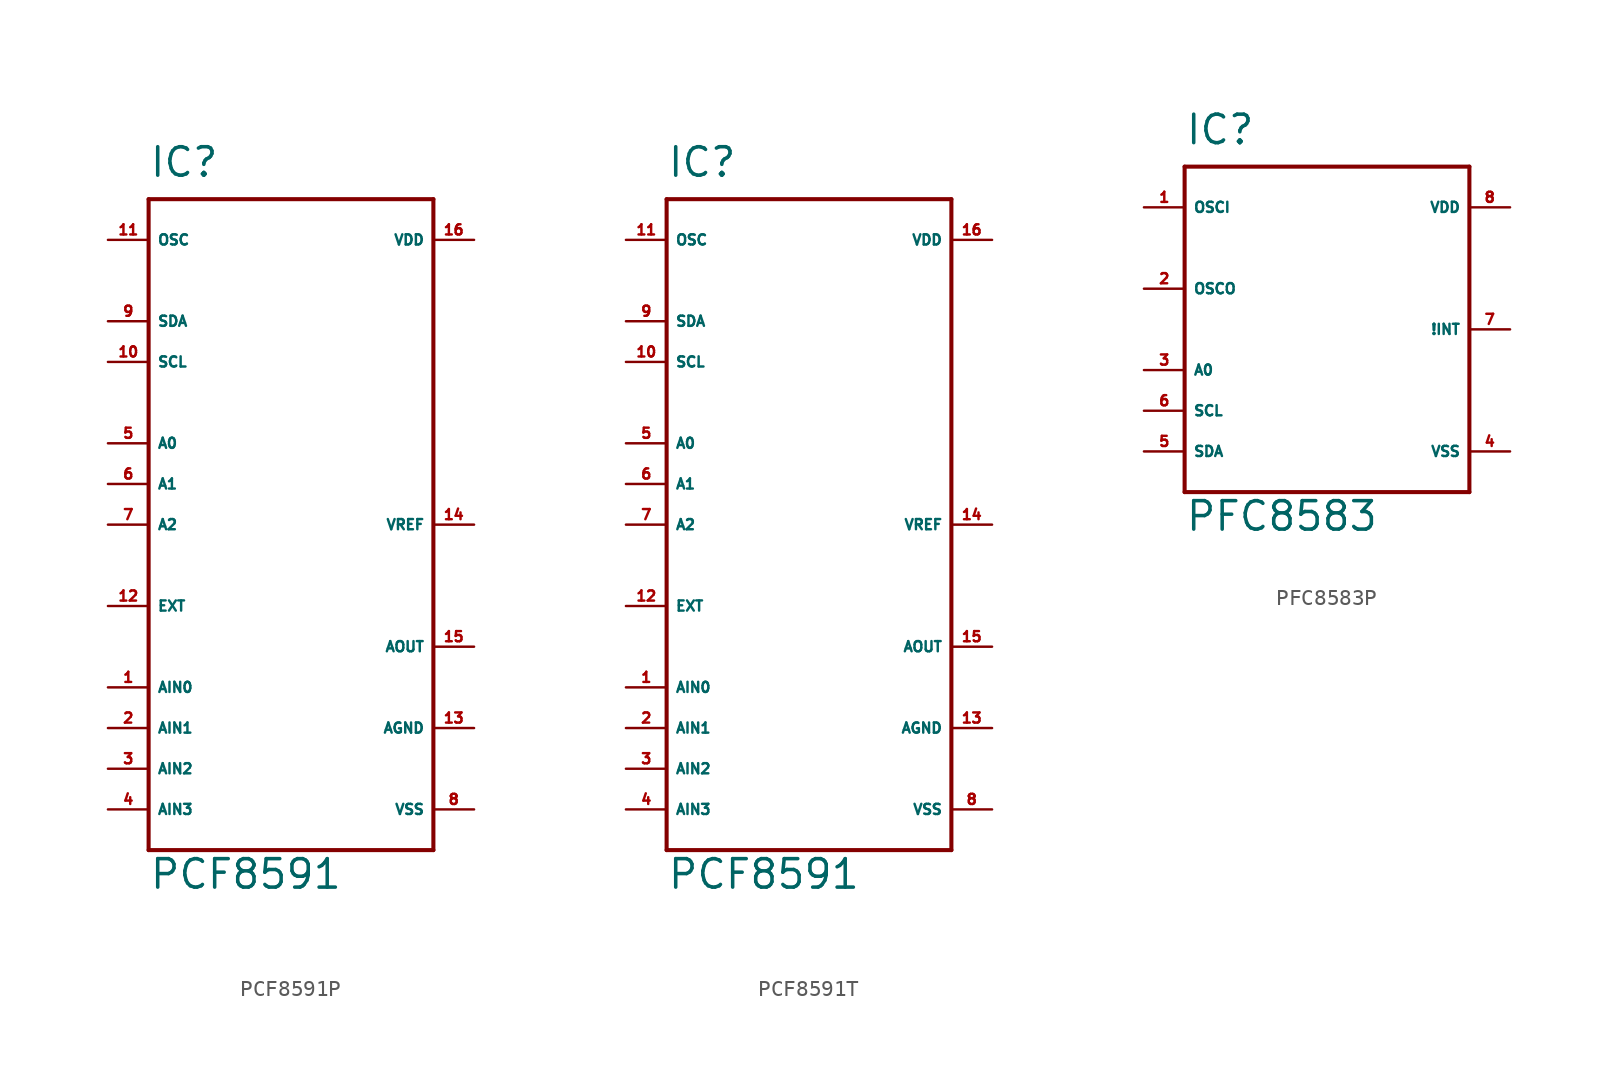
<source format=kicad_sym>
(kicad_symbol_lib
  (version 20220914)
  (generator Eagle2Kicad)
  (symbol "PCF8591P"
    (property "Reference" "IC"
      (at -10.16 21.59 0)
      (effects (font (size 1.778 1.778) (thickness 0.22)) (justify left bottom)))
    (property "Value" "PCF8591"
      (at -10.16 -22.86 0)
      (effects (font (size 1.778 1.778) (thickness 0.22)) (justify left bottom)))
    (polyline
      (pts (xy -10.16 20.32) (xy 7.62 20.32))
      (stroke (width 0.254) (type default))
      (fill (type none)))
    (polyline
      (pts (xy 7.62 20.32) (xy 7.62 -20.32))
      (stroke (width 0.254) (type default))
      (fill (type none)))
    (polyline
      (pts (xy 7.62 -20.32) (xy -10.16 -20.32))
      (stroke (width 0.254) (type default))
      (fill (type none)))
    (polyline
      (pts (xy -10.16 -20.32) (xy -10.16 20.32))
      (stroke (width 0.254) (type default))
      (fill (type none)))
    (pin input line
      (at -12.7 10.16 0)
      (length 2.54)
      (name "SCL" (effects (font (size 0.635 0.635) (thickness 0.08)) (justify left bottom)))
      (number "10" (effects (font (size 0.635 0.635) (thickness 0.08)) (justify left bottom))))
    (pin bidirectional line
      (at -12.7 12.7 0)
      (length 2.54)
      (name "SDA" (effects (font (size 0.635 0.635) (thickness 0.08)) (justify left bottom)))
      (number "9" (effects (font (size 0.635 0.635) (thickness 0.08)) (justify left bottom))))
    (pin input line
      (at -12.7 5.08 0)
      (length 2.54)
      (name "A0" (effects (font (size 0.635 0.635) (thickness 0.08)) (justify left bottom)))
      (number "5" (effects (font (size 0.635 0.635) (thickness 0.08)) (justify left bottom))))
    (pin input line
      (at -12.7 2.54 0)
      (length 2.54)
      (name "A1" (effects (font (size 0.635 0.635) (thickness 0.08)) (justify left bottom)))
      (number "6" (effects (font (size 0.635 0.635) (thickness 0.08)) (justify left bottom))))
    (pin input line
      (at -12.7 0 0)
      (length 2.54)
      (name "A2" (effects (font (size 0.635 0.635) (thickness 0.08)) (justify left bottom)))
      (number "7" (effects (font (size 0.635 0.635) (thickness 0.08)) (justify left bottom))))
    (pin input line
      (at -12.7 -5.08 0)
      (length 2.54)
      (name "EXT" (effects (font (size 0.635 0.635) (thickness 0.08)) (justify left bottom)))
      (number "12" (effects (font (size 0.635 0.635) (thickness 0.08)) (justify left bottom))))
    (pin input line
      (at -12.7 17.78 0)
      (length 2.54)
      (name "OSC" (effects (font (size 0.635 0.635) (thickness 0.08)) (justify left bottom)))
      (number "11" (effects (font (size 0.635 0.635) (thickness 0.08)) (justify left bottom))))
    (pin input line
      (at -12.7 -10.16 0)
      (length 2.54)
      (name "AIN0" (effects (font (size 0.635 0.635) (thickness 0.08)) (justify left bottom)))
      (number "1" (effects (font (size 0.635 0.635) (thickness 0.08)) (justify left bottom))))
    (pin input line
      (at -12.7 -12.7 0)
      (length 2.54)
      (name "AIN1" (effects (font (size 0.635 0.635) (thickness 0.08)) (justify left bottom)))
      (number "2" (effects (font (size 0.635 0.635) (thickness 0.08)) (justify left bottom))))
    (pin input line
      (at -12.7 -15.24 0)
      (length 2.54)
      (name "AIN2" (effects (font (size 0.635 0.635) (thickness 0.08)) (justify left bottom)))
      (number "3" (effects (font (size 0.635 0.635) (thickness 0.08)) (justify left bottom))))
    (pin input line
      (at -12.7 -17.78 0)
      (length 2.54)
      (name "AIN3" (effects (font (size 0.635 0.635) (thickness 0.08)) (justify left bottom)))
      (number "4" (effects (font (size 0.635 0.635) (thickness 0.08)) (justify left bottom))))
    (pin output line
      (at 10.16 -7.62 180)
      (length 2.54)
      (name "AOUT" (effects (font (size 0.635 0.635) (thickness 0.08)) (justify left bottom)))
      (number "15" (effects (font (size 0.635 0.635) (thickness 0.08)) (justify left bottom))))
    (pin input line
      (at 10.16 0 180)
      (length 2.54)
      (name "VREF" (effects (font (size 0.635 0.635) (thickness 0.08)) (justify left bottom)))
      (number "14" (effects (font (size 0.635 0.635) (thickness 0.08)) (justify left bottom))))
    (pin unspecified line
      (at 10.16 -12.7 180)
      (length 2.54)
      (name "AGND" (effects (font (size 0.635 0.635) (thickness 0.08)) (justify left bottom)))
      (number "13" (effects (font (size 0.635 0.635) (thickness 0.08)) (justify left bottom))))
    (pin unspecified line
      (at 10.16 -17.78 180)
      (length 2.54)
      (name "VSS" (effects (font (size 0.635 0.635) (thickness 0.08)) (justify left bottom)))
      (number "8" (effects (font (size 0.635 0.635) (thickness 0.08)) (justify left bottom))))
    (pin unspecified line
      (at 10.16 17.78 180)
      (length 2.54)
      (name "VDD" (effects (font (size 0.635 0.635) (thickness 0.08)) (justify left bottom)))
      (number "16" (effects (font (size 0.635 0.635) (thickness 0.08)) (justify left bottom)))))
  (symbol "PCF8591T"
    (property "Reference" "IC"
      (at -10.16 21.59 0)
      (effects (font (size 1.778 1.778) (thickness 0.22)) (justify left bottom)))
    (property "Value" "PCF8591"
      (at -10.16 -22.86 0)
      (effects (font (size 1.778 1.778) (thickness 0.22)) (justify left bottom)))
    (polyline
      (pts (xy -10.16 20.32) (xy 7.62 20.32))
      (stroke (width 0.254) (type default))
      (fill (type none)))
    (polyline
      (pts (xy 7.62 20.32) (xy 7.62 -20.32))
      (stroke (width 0.254) (type default))
      (fill (type none)))
    (polyline
      (pts (xy 7.62 -20.32) (xy -10.16 -20.32))
      (stroke (width 0.254) (type default))
      (fill (type none)))
    (polyline
      (pts (xy -10.16 -20.32) (xy -10.16 20.32))
      (stroke (width 0.254) (type default))
      (fill (type none)))
    (pin input line
      (at -12.7 10.16 0)
      (length 2.54)
      (name "SCL" (effects (font (size 0.635 0.635) (thickness 0.08)) (justify left bottom)))
      (number "10" (effects (font (size 0.635 0.635) (thickness 0.08)) (justify left bottom))))
    (pin bidirectional line
      (at -12.7 12.7 0)
      (length 2.54)
      (name "SDA" (effects (font (size 0.635 0.635) (thickness 0.08)) (justify left bottom)))
      (number "9" (effects (font (size 0.635 0.635) (thickness 0.08)) (justify left bottom))))
    (pin input line
      (at -12.7 5.08 0)
      (length 2.54)
      (name "A0" (effects (font (size 0.635 0.635) (thickness 0.08)) (justify left bottom)))
      (number "5" (effects (font (size 0.635 0.635) (thickness 0.08)) (justify left bottom))))
    (pin input line
      (at -12.7 2.54 0)
      (length 2.54)
      (name "A1" (effects (font (size 0.635 0.635) (thickness 0.08)) (justify left bottom)))
      (number "6" (effects (font (size 0.635 0.635) (thickness 0.08)) (justify left bottom))))
    (pin input line
      (at -12.7 0 0)
      (length 2.54)
      (name "A2" (effects (font (size 0.635 0.635) (thickness 0.08)) (justify left bottom)))
      (number "7" (effects (font (size 0.635 0.635) (thickness 0.08)) (justify left bottom))))
    (pin input line
      (at -12.7 -5.08 0)
      (length 2.54)
      (name "EXT" (effects (font (size 0.635 0.635) (thickness 0.08)) (justify left bottom)))
      (number "12" (effects (font (size 0.635 0.635) (thickness 0.08)) (justify left bottom))))
    (pin input line
      (at -12.7 17.78 0)
      (length 2.54)
      (name "OSC" (effects (font (size 0.635 0.635) (thickness 0.08)) (justify left bottom)))
      (number "11" (effects (font (size 0.635 0.635) (thickness 0.08)) (justify left bottom))))
    (pin input line
      (at -12.7 -10.16 0)
      (length 2.54)
      (name "AIN0" (effects (font (size 0.635 0.635) (thickness 0.08)) (justify left bottom)))
      (number "1" (effects (font (size 0.635 0.635) (thickness 0.08)) (justify left bottom))))
    (pin input line
      (at -12.7 -12.7 0)
      (length 2.54)
      (name "AIN1" (effects (font (size 0.635 0.635) (thickness 0.08)) (justify left bottom)))
      (number "2" (effects (font (size 0.635 0.635) (thickness 0.08)) (justify left bottom))))
    (pin input line
      (at -12.7 -15.24 0)
      (length 2.54)
      (name "AIN2" (effects (font (size 0.635 0.635) (thickness 0.08)) (justify left bottom)))
      (number "3" (effects (font (size 0.635 0.635) (thickness 0.08)) (justify left bottom))))
    (pin input line
      (at -12.7 -17.78 0)
      (length 2.54)
      (name "AIN3" (effects (font (size 0.635 0.635) (thickness 0.08)) (justify left bottom)))
      (number "4" (effects (font (size 0.635 0.635) (thickness 0.08)) (justify left bottom))))
    (pin output line
      (at 10.16 -7.62 180)
      (length 2.54)
      (name "AOUT" (effects (font (size 0.635 0.635) (thickness 0.08)) (justify left bottom)))
      (number "15" (effects (font (size 0.635 0.635) (thickness 0.08)) (justify left bottom))))
    (pin input line
      (at 10.16 0 180)
      (length 2.54)
      (name "VREF" (effects (font (size 0.635 0.635) (thickness 0.08)) (justify left bottom)))
      (number "14" (effects (font (size 0.635 0.635) (thickness 0.08)) (justify left bottom))))
    (pin unspecified line
      (at 10.16 -12.7 180)
      (length 2.54)
      (name "AGND" (effects (font (size 0.635 0.635) (thickness 0.08)) (justify left bottom)))
      (number "13" (effects (font (size 0.635 0.635) (thickness 0.08)) (justify left bottom))))
    (pin unspecified line
      (at 10.16 -17.78 180)
      (length 2.54)
      (name "VSS" (effects (font (size 0.635 0.635) (thickness 0.08)) (justify left bottom)))
      (number "8" (effects (font (size 0.635 0.635) (thickness 0.08)) (justify left bottom))))
    (pin unspecified line
      (at 10.16 17.78 180)
      (length 2.54)
      (name "VDD" (effects (font (size 0.635 0.635) (thickness 0.08)) (justify left bottom)))
      (number "16" (effects (font (size 0.635 0.635) (thickness 0.08)) (justify left bottom)))))
  (symbol "PFC8583P"
    (property "Reference" "IC"
      (at -7.62 11.43 0)
      (effects (font (size 1.778 1.778) (thickness 0.22)) (justify left bottom)))
    (property "Value" "PFC8583"
      (at -7.62 -12.7 0)
      (effects (font (size 1.778 1.778) (thickness 0.22)) (justify left bottom)))
    (polyline
      (pts (xy -7.62 10.16) (xy 10.16 10.16))
      (stroke (width 0.254) (type default))
      (fill (type none)))
    (polyline
      (pts (xy 10.16 10.16) (xy 10.16 -10.16))
      (stroke (width 0.254) (type default))
      (fill (type none)))
    (polyline
      (pts (xy 10.16 -10.16) (xy -7.62 -10.16))
      (stroke (width 0.254) (type default))
      (fill (type none)))
    (polyline
      (pts (xy -7.62 -10.16) (xy -7.62 10.16))
      (stroke (width 0.254) (type default))
      (fill (type none)))
    (pin input line
      (at -10.16 -2.54 0)
      (length 2.54)
      (name "A0" (effects (font (size 0.635 0.635) (thickness 0.08)) (justify left bottom)))
      (number "3" (effects (font (size 0.635 0.635) (thickness 0.08)) (justify left bottom))))
    (pin bidirectional line
      (at -10.16 -7.62 0)
      (length 2.54)
      (name "SDA" (effects (font (size 0.635 0.635) (thickness 0.08)) (justify left bottom)))
      (number "5" (effects (font (size 0.635 0.635) (thickness 0.08)) (justify left bottom))))
    (pin input line
      (at -10.16 -5.08 0)
      (length 2.54)
      (name "SCL" (effects (font (size 0.635 0.635) (thickness 0.08)) (justify left bottom)))
      (number "6" (effects (font (size 0.635 0.635) (thickness 0.08)) (justify left bottom))))
    (pin output line
      (at 12.7 0 180)
      (length 2.54)
      (name "!INT" (effects (font (size 0.635 0.635) (thickness 0.08)) (justify left bottom)))
      (number "7" (effects (font (size 0.635 0.635) (thickness 0.08)) (justify left bottom))))
    (pin input line
      (at -10.16 7.62 0)
      (length 2.54)
      (name "OSCI" (effects (font (size 0.635 0.635) (thickness 0.08)) (justify left bottom)))
      (number "1" (effects (font (size 0.635 0.635) (thickness 0.08)) (justify left bottom))))
    (pin output line
      (at -10.16 2.54 0)
      (length 2.54)
      (name "OSCO" (effects (font (size 0.635 0.635) (thickness 0.08)) (justify left bottom)))
      (number "2" (effects (font (size 0.635 0.635) (thickness 0.08)) (justify left bottom))))
    (pin unspecified line
      (at 12.7 -7.62 180)
      (length 2.54)
      (name "VSS" (effects (font (size 0.635 0.635) (thickness 0.08)) (justify left bottom)))
      (number "4" (effects (font (size 0.635 0.635) (thickness 0.08)) (justify left bottom))))
    (pin unspecified line
      (at 12.7 7.62 180)
      (length 2.54)
      (name "VDD" (effects (font (size 0.635 0.635) (thickness 0.08)) (justify left bottom)))
      (number "8" (effects (font (size 0.635 0.635) (thickness 0.08)) (justify left bottom))))))
</source>
